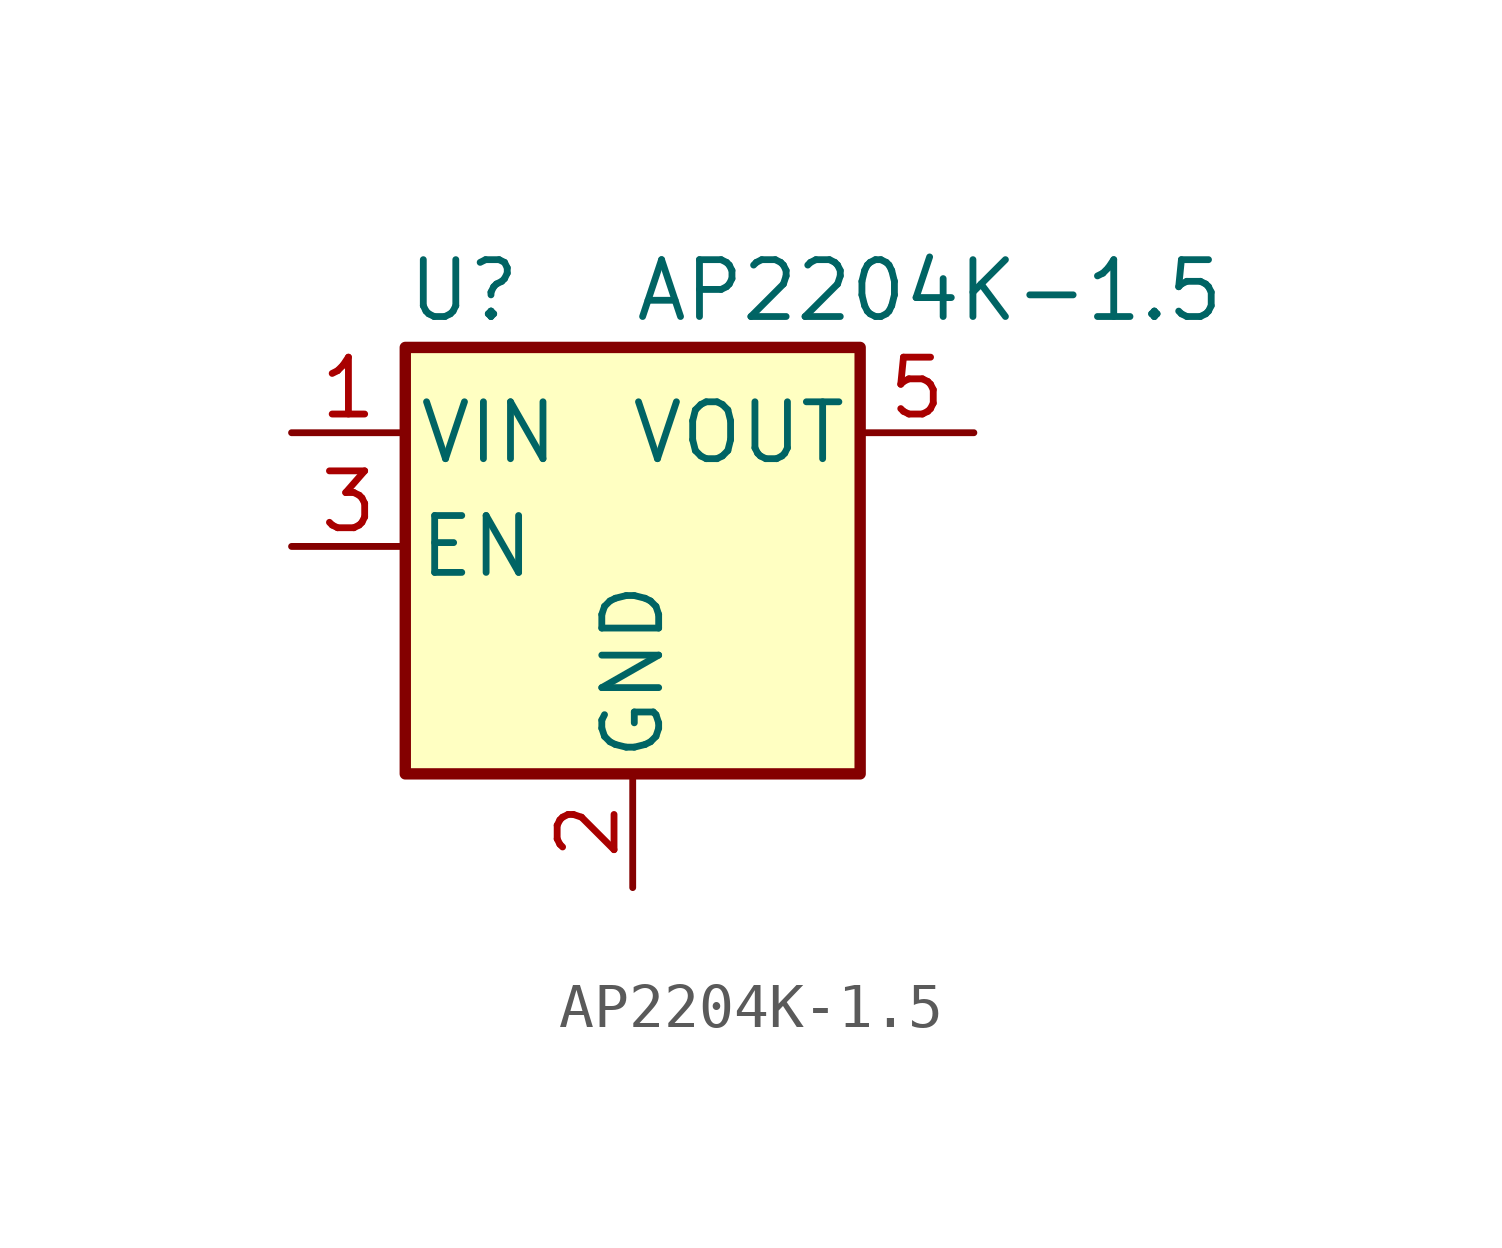
<source format=kicad_sym>
(kicad_symbol_lib
  (version 20200908)
  (generator kicad_symbol_editor)
  (symbol "Regulator_Linear:AP2204K-1.5"
    (pin_names
      (offset 0.254))
    (property "Reference" "U"
      (at -5.08 5.715 0)
      (effects (font (size 1.27 1.27)) (justify left)))
    (property "Value" "AP2204K-1.5"
      (at 0 5.715 0)
      (effects (font (size 1.27 1.27)) (justify left)))
    (symbol "AP2204K-1.5_0_1"
      (rectangle (start -5.08 4.445) (end 5.08 -5.08) (stroke (width 0.254)) (fill (type background))))
    (symbol "AP2204K-1.5_1_1"
      (pin power_in line (at -7.62 2.54 0) (length 2.54) (name "VIN" (effects (font (size 1.27 1.27)))) (number "1" (effects (font (size 1.27 1.27)))))
      (pin power_in line (at 0 -7.62 90) (length 2.54) (name "GND" (effects (font (size 1.27 1.27)))) (number "2" (effects (font (size 1.27 1.27)))))
      (pin input line (at -7.62 0 0) (length 2.54) (name "EN" (effects (font (size 1.27 1.27)))) (number "3" (effects (font (size 1.27 1.27)))))
      (pin unconnected line (at 5.08 0 180) (length 2.54) hide (name "NC" (effects (font (size 1.27 1.27)))) (number "4" (effects (font (size 1.27 1.27)))))
      (pin power_out line (at 7.62 2.54 180) (length 2.54) (name "VOUT" (effects (font (size 1.27 1.27)))) (number "5" (effects (font (size 1.27 1.27))))))))
</source>
